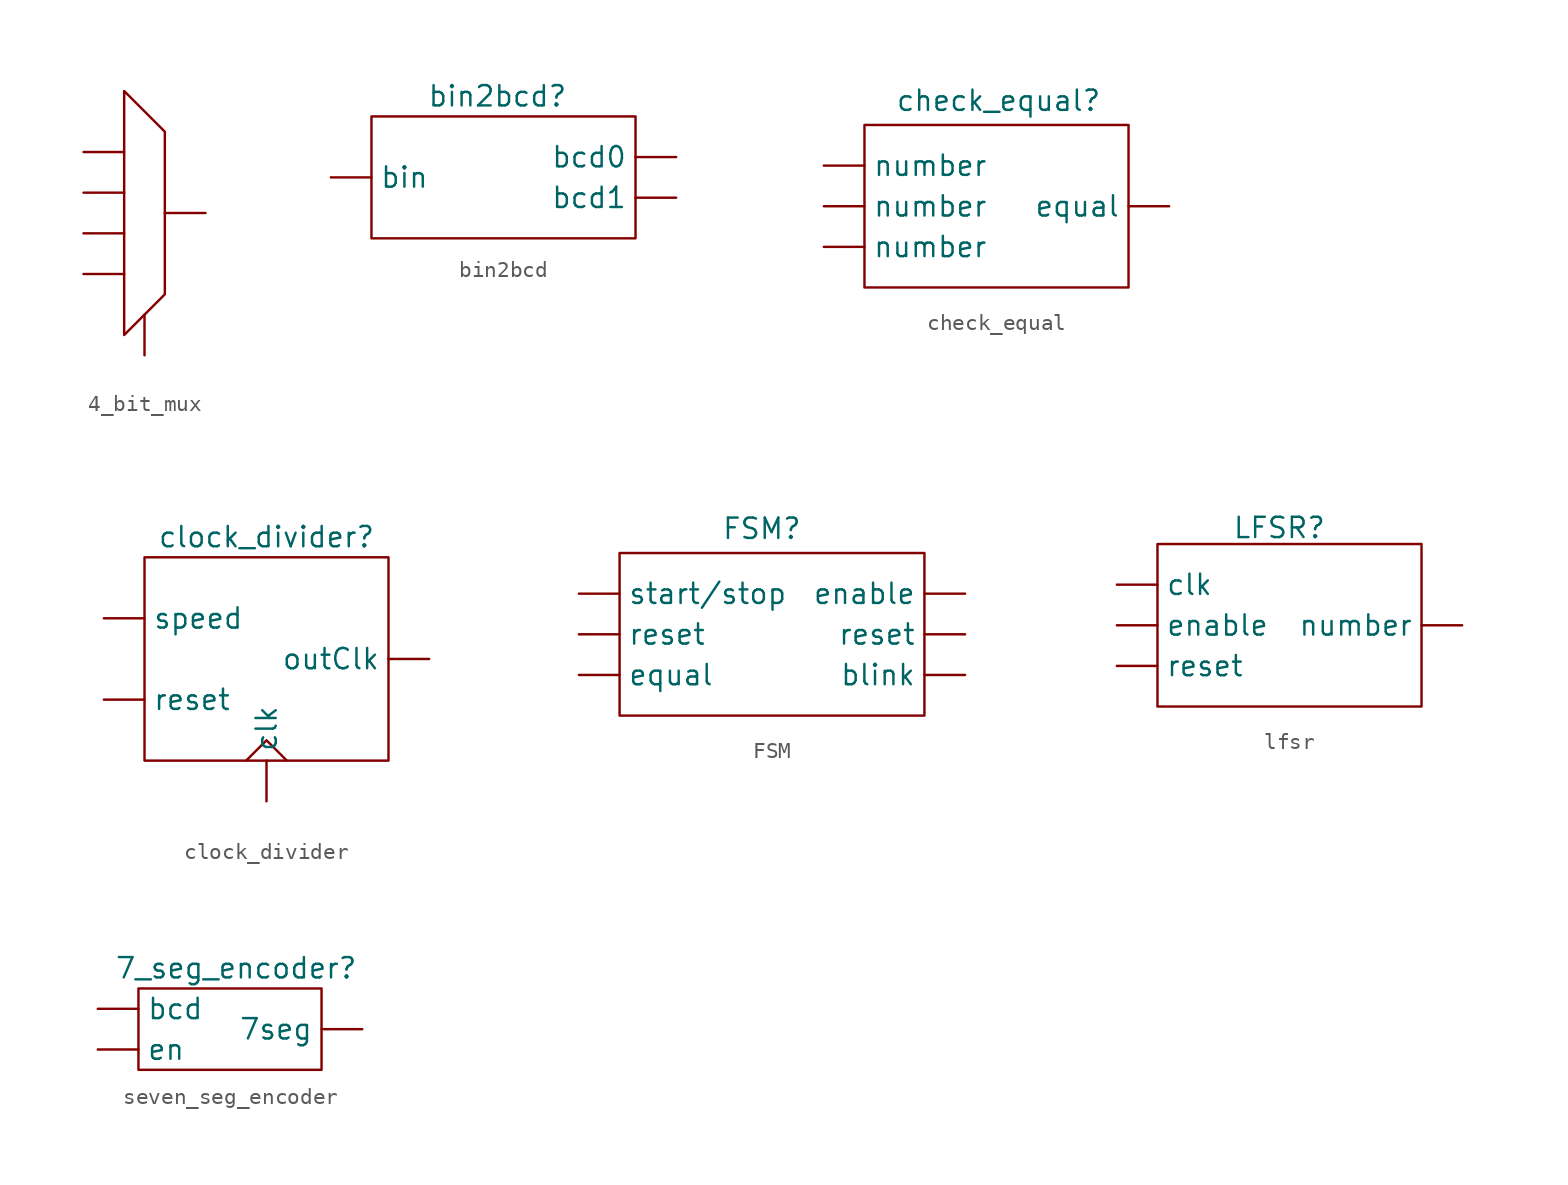
<source format=kicad_sym>
(kicad_symbol_lib
  (version 20231120)
  (generator "kicad_symbol_editor")
  (generator_version "8.0")
  (symbol "4_bit_mux"
    (property "Reference" "U"
      (at 0 0 0)
      (effects (font (size 1.27 1.27)) (hide yes)))
    (property "Value" ""
      (at 0 0 0)
      (effects (font (size 1.27 1.27))))
    (symbol "4_bit_mux_0_1"
      (polyline (pts (xy -1.27 7.62) (xy -1.27 -7.62) (xy 1.27 -5.08) (xy 1.27 5.08) (xy -1.27 7.62)) (stroke (width 0) (type default)) (fill (type none))))
    (symbol "4_bit_mux_1_1"
      (pin input line (at -3.81 -3.81 0) (length 2.54) (name "" (effects (font (size 1.27 1.27)))) (number "" (effects (font (size 1.27 1.27)))))
      (pin input line (at -3.81 -1.27 0) (length 2.54) (name "" (effects (font (size 1.27 1.27)))) (number "" (effects (font (size 1.27 1.27)))))
      (pin input line (at -3.81 1.27 0) (length 2.54) (name "" (effects (font (size 1.27 1.27)))) (number "" (effects (font (size 1.27 1.27)))))
      (pin input line (at -3.81 3.81 0) (length 2.54) (name "" (effects (font (size 1.27 1.27)))) (number "" (effects (font (size 1.27 1.27)))))
      (pin input line (at 0 -8.89 90) (length 2.54) (name "" (effects (font (size 1.27 1.27)))) (number "" (effects (font (size 1.27 1.27)))))
      (pin output line (at 3.81 0 180) (length 2.54) (name "" (effects (font (size 1.27 1.27)))) (number "" (effects (font (size 1.27 1.27)))))))
  (symbol "bin2bcd"
    (property "Reference" "bin2bcd"
      (at -3.556 5.08 0)
      (effects (font (size 1.27 1.27))))
    (property "Value" ""
      (at 0 0 0)
      (effects (font (size 1.27 1.27))))
    (symbol "bin2bcd_0_1"
      (rectangle (start -11.43 3.81) (end 5.08 -3.81) (stroke (width 0) (type default)) (fill (type none))))
    (symbol "bin2bcd_1_1"
      (pin output line (at 7.62 1.27 180) (length 2.54) (name "bcd0" (effects (font (size 1.27 1.27)))) (number "" (effects (font (size 1.27 1.27)))))
      (pin output line (at 7.62 -1.27 180) (length 2.54) (name "bcd1" (effects (font (size 1.27 1.27)))) (number "" (effects (font (size 1.27 1.27)))))
      (pin output line (at -13.97 0 0) (length 2.54) (name "bin" (effects (font (size 1.27 1.27)))) (number "" (effects (font (size 1.27 1.27)))))))
  (symbol "check_equal"
    (property "Reference" "check_equal"
      (at -0.508 6.604 0)
      (effects (font (size 1.27 1.27))))
    (property "Value" ""
      (at 0 0 0)
      (effects (font (size 1.27 1.27))))
    (symbol "check_equal_0_1"
      (rectangle (start -8.89 5.08) (end 7.62 -5.08) (stroke (width 0) (type default)) (fill (type none))))
    (symbol "check_equal_1_1"
      (pin output line (at 10.16 0 180) (length 2.54) (name "equal" (effects (font (size 1.27 1.27)))) (number "" (effects (font (size 1.27 1.27)))))
      (pin input line (at -11.43 -2.54 0) (length 2.54) (name "number" (effects (font (size 1.27 1.27)))) (number "" (effects (font (size 1.27 1.27)))))
      (pin input line (at -11.43 0 0) (length 2.54) (name "number" (effects (font (size 1.27 1.27)))) (number "" (effects (font (size 1.27 1.27)))))
      (pin input line (at -11.43 2.54 0) (length 2.54) (name "number" (effects (font (size 1.27 1.27)))) (number "" (effects (font (size 1.27 1.27)))))))
  (symbol "clock_divider"
    (property "Reference" "clock_divider"
      (at 0 7.62 0)
      (effects (font (size 1.27 1.27))))
    (property "Value" ""
      (at 0 1.27 0)
      (effects (font (size 1.27 1.27))))
    (symbol "clock_divider_0_1"
      (rectangle (start -7.62 6.35) (end 7.62 -6.35) (stroke (width 0) (type default)) (fill (type none)))
      (polyline (pts (xy -1.27 -6.35) (xy 0 -5.08) (xy 1.27 -6.35)) (stroke (width 0) (type default)) (fill (type none))))
    (symbol "clock_divider_1_1"
      (pin input line (at 0 -8.89 90) (length 2.54) (name "clk" (effects (font (size 1.27 1.27)))) (number "" (effects (font (size 1.27 1.27)))))
      (pin input line (at 10.16 0 180) (length 2.54) (name "outClk" (effects (font (size 1.27 1.27)))) (number "" (effects (font (size 1.27 1.27)))))
      (pin input line (at -10.16 -2.54 0) (length 2.54) (name "reset" (effects (font (size 1.27 1.27)))) (number "" (effects (font (size 1.27 1.27)))))
      (pin input line (at -10.16 2.54 0) (length 2.54) (name "speed" (effects (font (size 1.27 1.27)))) (number "" (effects (font (size 1.27 1.27)))))))
  (symbol "FSM"
    (property "Reference" "FSM"
      (at -2.54 6.604 0)
      (effects (font (size 1.27 1.27))))
    (property "Value" ""
      (at 0 0 0)
      (effects (font (size 1.27 1.27))))
    (symbol "FSM_0_1"
      (rectangle (start -11.43 5.08) (end 7.62 -5.08) (stroke (width 0) (type default)) (fill (type none))))
    (symbol "FSM_1_1"
      (pin output line (at 10.16 -2.54 180) (length 2.54) (name "blink" (effects (font (size 1.27 1.27)))) (number "" (effects (font (size 1.27 1.27)))))
      (pin output line (at 10.16 2.54 180) (length 2.54) (name "enable" (effects (font (size 1.27 1.27)))) (number "" (effects (font (size 1.27 1.27)))))
      (pin input line (at -13.97 -2.54 0) (length 2.54) (name "equal" (effects (font (size 1.27 1.27)))) (number "" (effects (font (size 1.27 1.27)))))
      (pin input line (at -13.97 0 0) (length 2.54) (name "reset" (effects (font (size 1.27 1.27)))) (number "" (effects (font (size 1.27 1.27)))))
      (pin output line (at 10.16 0 180) (length 2.54) (name "reset" (effects (font (size 1.27 1.27)))) (number "" (effects (font (size 1.27 1.27)))))
      (pin input line (at -13.97 2.54 0) (length 2.54) (name "start/stop" (effects (font (size 1.27 1.27)))) (number "" (effects (font (size 1.27 1.27)))))))
  (symbol "lfsr"
    (property "Reference" "LFSR"
      (at 0 6.096 0)
      (effects (font (size 1.27 1.27))))
    (property "Value" ""
      (at 0 0 0)
      (effects (font (size 1.27 1.27))))
    (symbol "lfsr_0_1"
      (rectangle (start -7.62 5.08) (end 8.89 -5.08) (stroke (width 0) (type default)) (fill (type none))))
    (symbol "lfsr_1_1"
      (pin input line (at -10.16 2.54 0) (length 2.54) (name "clk" (effects (font (size 1.27 1.27)))) (number "" (effects (font (size 1.27 1.27)))))
      (pin input line (at -10.16 0 0) (length 2.54) (name "enable" (effects (font (size 1.27 1.27)))) (number "" (effects (font (size 1.27 1.27)))))
      (pin output line (at 11.43 0 180) (length 2.54) (name "number" (effects (font (size 1.27 1.27)))) (number "" (effects (font (size 1.27 1.27)))))
      (pin input line (at -10.16 -2.54 0) (length 2.54) (name "reset" (effects (font (size 1.27 1.27)))) (number "" (effects (font (size 1.27 1.27)))))))
  (symbol "seven_seg_encoder"
    (property "Reference" "7_seg_encoder"
      (at 1.016 3.81 0)
      (effects (font (size 1.27 1.27))))
    (property "Value" ""
      (at 0 0 0)
      (effects (font (size 1.27 1.27))))
    (symbol "seven_seg_encoder_0_1"
      (rectangle (start -5.08 2.54) (end 6.35 -2.54) (stroke (width 0) (type default)) (fill (type none))))
    (symbol "seven_seg_encoder_1_1"
      (pin output line (at 8.89 0 180) (length 2.54) (name "7seg" (effects (font (size 1.27 1.27)))) (number "" (effects (font (size 1.27 1.27)))))
      (pin input line (at -7.62 1.27 0) (length 2.54) (name "bcd" (effects (font (size 1.27 1.27)))) (number "" (effects (font (size 1.27 1.27)))))
      (pin input line (at -7.62 -1.27 0) (length 2.54) (name "en" (effects (font (size 1.27 1.27)))) (number "" (effects (font (size 1.27 1.27))))))))
</source>
